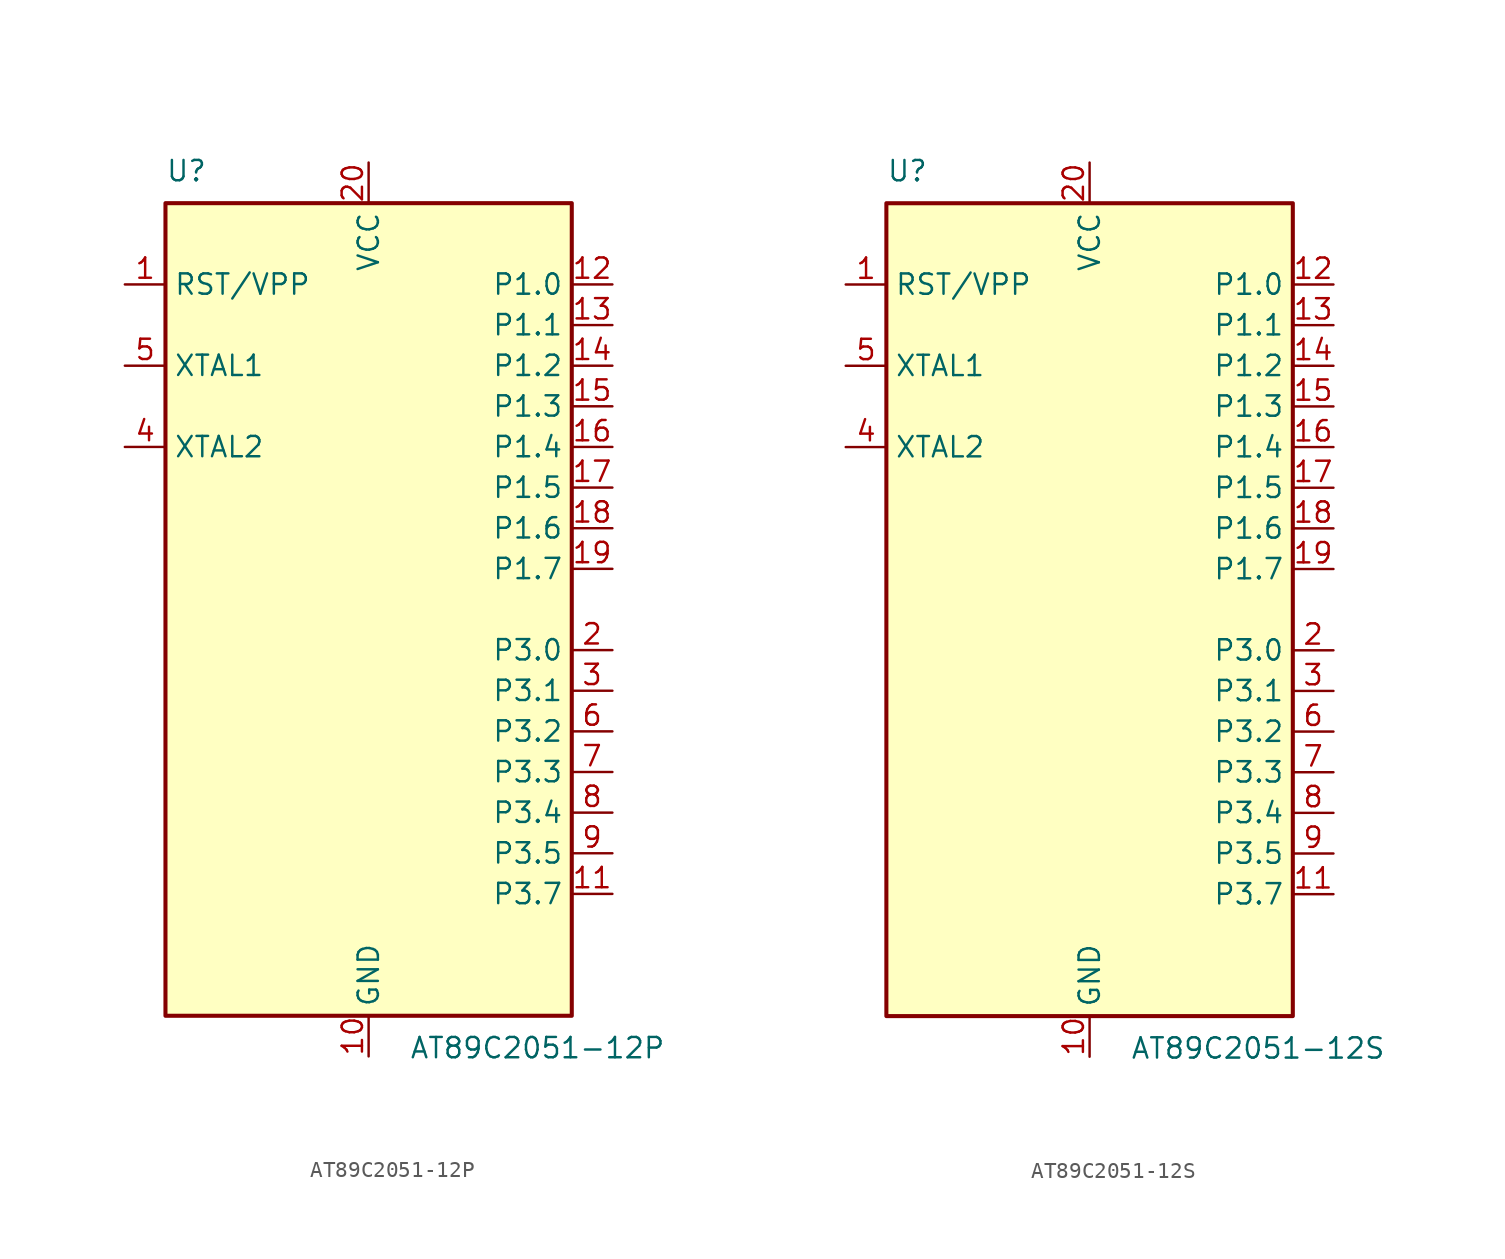
<source format=kicad_sym>
(kicad_symbol_lib
  (version 20201005)
  (generator kicad_symbol_editor)
  (symbol "MCU_Microchip_8051:AT89C2051-12P"
    (property "Reference" "U"
      (at -12.7 26.67 0)
      (effects (font (size 1.27 1.27)) (justify left bottom)))
    (property "Value" "AT89C2051-12P"
      (at 2.54 -26.67 0)
      (effects (font (size 1.27 1.27)) (justify left top)))
    (symbol "AT89C2051-12P_0_1"
      (rectangle (start -12.7 -25.4) (end 12.7 25.4) (stroke (width 0.254)) (fill (type background))))
    (symbol "AT89C2051-12P_1_1"
      (pin input line (at -15.24 20.32 0) (length 2.54) (name "RST/VPP" (effects (font (size 1.27 1.27)))) (number "1" (effects (font (size 1.27 1.27)))))
      (pin power_in line (at 0 -27.94 90) (length 2.54) (name "GND" (effects (font (size 1.27 1.27)))) (number "10" (effects (font (size 1.27 1.27)))))
      (pin bidirectional line (at 15.24 -17.78 180) (length 2.54) (name "P3.7" (effects (font (size 1.27 1.27)))) (number "11" (effects (font (size 1.27 1.27)))))
      (pin bidirectional line (at 15.24 20.32 180) (length 2.54) (name "P1.0" (effects (font (size 1.27 1.27)))) (number "12" (effects (font (size 1.27 1.27)))))
      (pin bidirectional line (at 15.24 17.78 180) (length 2.54) (name "P1.1" (effects (font (size 1.27 1.27)))) (number "13" (effects (font (size 1.27 1.27)))))
      (pin bidirectional line (at 15.24 15.24 180) (length 2.54) (name "P1.2" (effects (font (size 1.27 1.27)))) (number "14" (effects (font (size 1.27 1.27)))))
      (pin bidirectional line (at 15.24 12.7 180) (length 2.54) (name "P1.3" (effects (font (size 1.27 1.27)))) (number "15" (effects (font (size 1.27 1.27)))))
      (pin bidirectional line (at 15.24 10.16 180) (length 2.54) (name "P1.4" (effects (font (size 1.27 1.27)))) (number "16" (effects (font (size 1.27 1.27)))))
      (pin bidirectional line (at 15.24 7.62 180) (length 2.54) (name "P1.5" (effects (font (size 1.27 1.27)))) (number "17" (effects (font (size 1.27 1.27)))))
      (pin bidirectional line (at 15.24 5.08 180) (length 2.54) (name "P1.6" (effects (font (size 1.27 1.27)))) (number "18" (effects (font (size 1.27 1.27)))))
      (pin bidirectional line (at 15.24 2.54 180) (length 2.54) (name "P1.7" (effects (font (size 1.27 1.27)))) (number "19" (effects (font (size 1.27 1.27)))))
      (pin bidirectional line (at 15.24 -2.54 180) (length 2.54) (name "P3.0" (effects (font (size 1.27 1.27)))) (number "2" (effects (font (size 1.27 1.27)))))
      (pin power_in line (at 0 27.94 270) (length 2.54) (name "VCC" (effects (font (size 1.27 1.27)))) (number "20" (effects (font (size 1.27 1.27)))))
      (pin bidirectional line (at 15.24 -5.08 180) (length 2.54) (name "P3.1" (effects (font (size 1.27 1.27)))) (number "3" (effects (font (size 1.27 1.27)))))
      (pin output line (at -15.24 10.16 0) (length 2.54) (name "XTAL2" (effects (font (size 1.27 1.27)))) (number "4" (effects (font (size 1.27 1.27)))))
      (pin input line (at -15.24 15.24 0) (length 2.54) (name "XTAL1" (effects (font (size 1.27 1.27)))) (number "5" (effects (font (size 1.27 1.27)))))
      (pin bidirectional line (at 15.24 -7.62 180) (length 2.54) (name "P3.2" (effects (font (size 1.27 1.27)))) (number "6" (effects (font (size 1.27 1.27)))))
      (pin bidirectional line (at 15.24 -10.16 180) (length 2.54) (name "P3.3" (effects (font (size 1.27 1.27)))) (number "7" (effects (font (size 1.27 1.27)))))
      (pin bidirectional line (at 15.24 -12.7 180) (length 2.54) (name "P3.4" (effects (font (size 1.27 1.27)))) (number "8" (effects (font (size 1.27 1.27)))))
      (pin bidirectional line (at 15.24 -15.24 180) (length 2.54) (name "P3.5" (effects (font (size 1.27 1.27)))) (number "9" (effects (font (size 1.27 1.27)))))))
  (symbol "MCU_Microchip_8051:AT89C2051-12S"
    (property "Reference" "U"
      (at -12.7 26.67 0)
      (effects (font (size 1.27 1.27)) (justify left bottom)))
    (property "Value" "AT89C2051-12S"
      (at 2.54 -26.67 0)
      (effects (font (size 1.27 1.27)) (justify left top)))
    (symbol "AT89C2051-12S_0_1"
      (rectangle (start -12.7 -25.4) (end 12.7 25.4) (stroke (width 0.254)) (fill (type background))))
    (symbol "AT89C2051-12S_1_1"
      (pin input line (at -15.24 20.32 0) (length 2.54) (name "RST/VPP" (effects (font (size 1.27 1.27)))) (number "1" (effects (font (size 1.27 1.27)))))
      (pin power_in line (at 0 -27.94 90) (length 2.54) (name "GND" (effects (font (size 1.27 1.27)))) (number "10" (effects (font (size 1.27 1.27)))))
      (pin bidirectional line (at 15.24 -17.78 180) (length 2.54) (name "P3.7" (effects (font (size 1.27 1.27)))) (number "11" (effects (font (size 1.27 1.27)))))
      (pin bidirectional line (at 15.24 20.32 180) (length 2.54) (name "P1.0" (effects (font (size 1.27 1.27)))) (number "12" (effects (font (size 1.27 1.27)))))
      (pin bidirectional line (at 15.24 17.78 180) (length 2.54) (name "P1.1" (effects (font (size 1.27 1.27)))) (number "13" (effects (font (size 1.27 1.27)))))
      (pin bidirectional line (at 15.24 15.24 180) (length 2.54) (name "P1.2" (effects (font (size 1.27 1.27)))) (number "14" (effects (font (size 1.27 1.27)))))
      (pin bidirectional line (at 15.24 12.7 180) (length 2.54) (name "P1.3" (effects (font (size 1.27 1.27)))) (number "15" (effects (font (size 1.27 1.27)))))
      (pin bidirectional line (at 15.24 10.16 180) (length 2.54) (name "P1.4" (effects (font (size 1.27 1.27)))) (number "16" (effects (font (size 1.27 1.27)))))
      (pin bidirectional line (at 15.24 7.62 180) (length 2.54) (name "P1.5" (effects (font (size 1.27 1.27)))) (number "17" (effects (font (size 1.27 1.27)))))
      (pin bidirectional line (at 15.24 5.08 180) (length 2.54) (name "P1.6" (effects (font (size 1.27 1.27)))) (number "18" (effects (font (size 1.27 1.27)))))
      (pin bidirectional line (at 15.24 2.54 180) (length 2.54) (name "P1.7" (effects (font (size 1.27 1.27)))) (number "19" (effects (font (size 1.27 1.27)))))
      (pin bidirectional line (at 15.24 -2.54 180) (length 2.54) (name "P3.0" (effects (font (size 1.27 1.27)))) (number "2" (effects (font (size 1.27 1.27)))))
      (pin power_in line (at 0 27.94 270) (length 2.54) (name "VCC" (effects (font (size 1.27 1.27)))) (number "20" (effects (font (size 1.27 1.27)))))
      (pin bidirectional line (at 15.24 -5.08 180) (length 2.54) (name "P3.1" (effects (font (size 1.27 1.27)))) (number "3" (effects (font (size 1.27 1.27)))))
      (pin output line (at -15.24 10.16 0) (length 2.54) (name "XTAL2" (effects (font (size 1.27 1.27)))) (number "4" (effects (font (size 1.27 1.27)))))
      (pin input line (at -15.24 15.24 0) (length 2.54) (name "XTAL1" (effects (font (size 1.27 1.27)))) (number "5" (effects (font (size 1.27 1.27)))))
      (pin bidirectional line (at 15.24 -7.62 180) (length 2.54) (name "P3.2" (effects (font (size 1.27 1.27)))) (number "6" (effects (font (size 1.27 1.27)))))
      (pin bidirectional line (at 15.24 -10.16 180) (length 2.54) (name "P3.3" (effects (font (size 1.27 1.27)))) (number "7" (effects (font (size 1.27 1.27)))))
      (pin bidirectional line (at 15.24 -12.7 180) (length 2.54) (name "P3.4" (effects (font (size 1.27 1.27)))) (number "8" (effects (font (size 1.27 1.27)))))
      (pin bidirectional line (at 15.24 -15.24 180) (length 2.54) (name "P3.5" (effects (font (size 1.27 1.27)))) (number "9" (effects (font (size 1.27 1.27))))))))
</source>
